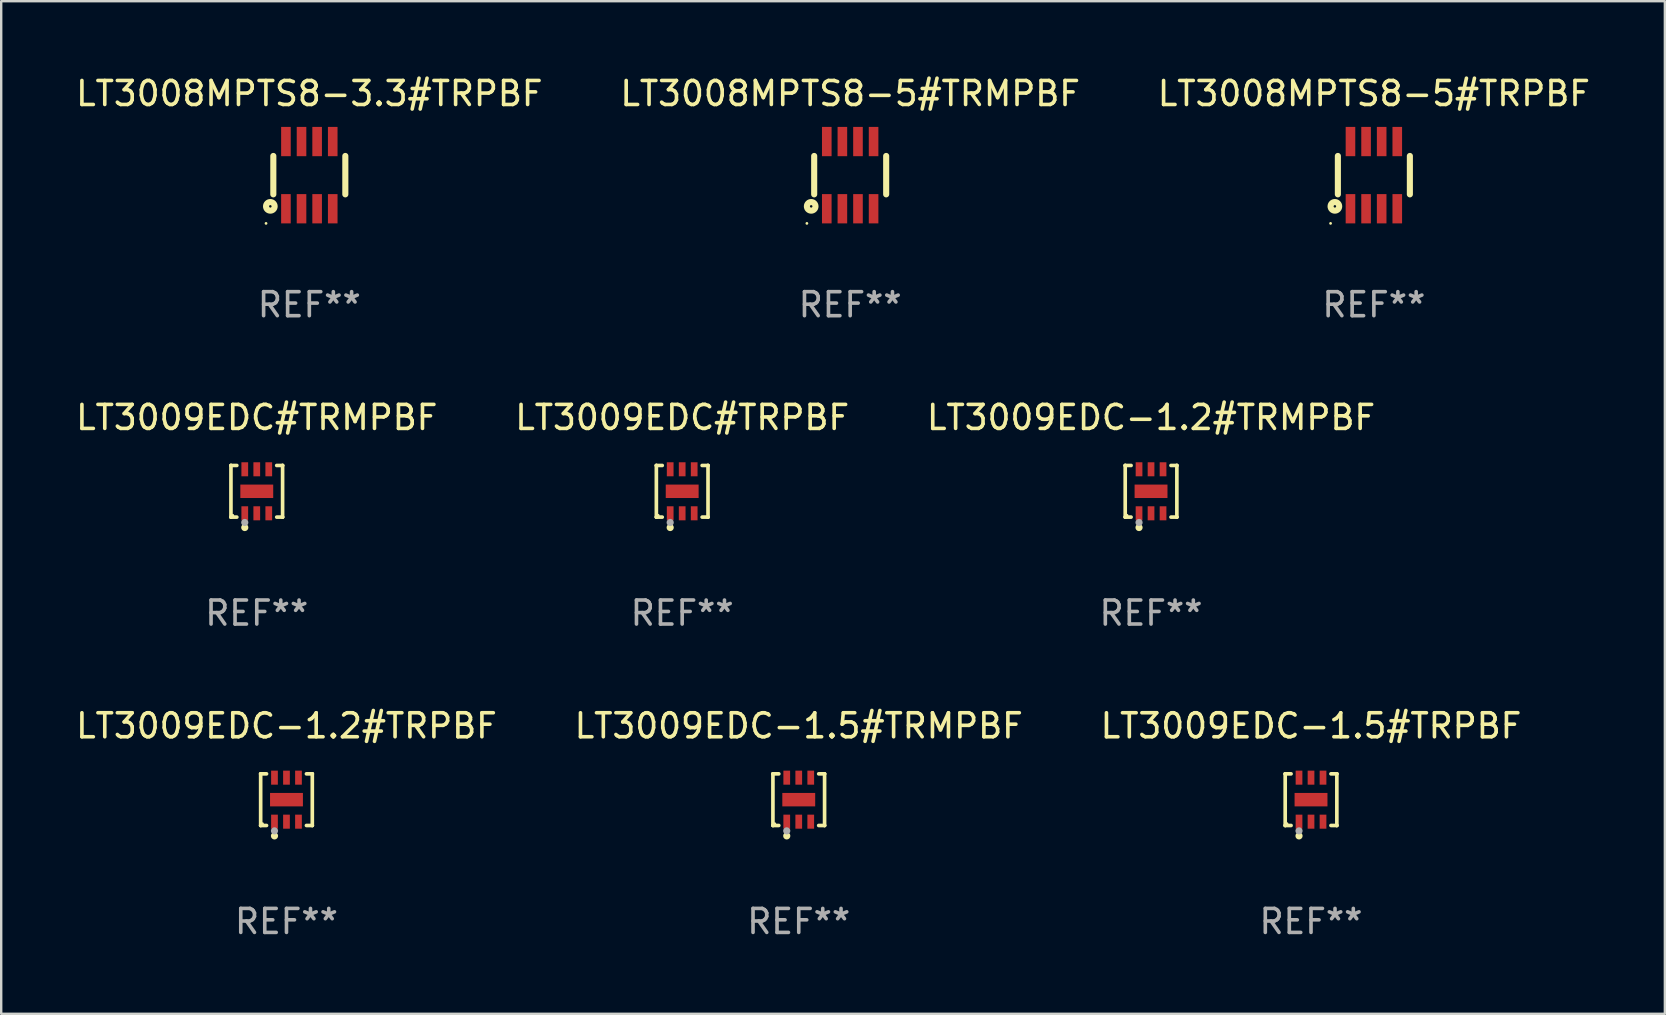
<source format=kicad_pcb>
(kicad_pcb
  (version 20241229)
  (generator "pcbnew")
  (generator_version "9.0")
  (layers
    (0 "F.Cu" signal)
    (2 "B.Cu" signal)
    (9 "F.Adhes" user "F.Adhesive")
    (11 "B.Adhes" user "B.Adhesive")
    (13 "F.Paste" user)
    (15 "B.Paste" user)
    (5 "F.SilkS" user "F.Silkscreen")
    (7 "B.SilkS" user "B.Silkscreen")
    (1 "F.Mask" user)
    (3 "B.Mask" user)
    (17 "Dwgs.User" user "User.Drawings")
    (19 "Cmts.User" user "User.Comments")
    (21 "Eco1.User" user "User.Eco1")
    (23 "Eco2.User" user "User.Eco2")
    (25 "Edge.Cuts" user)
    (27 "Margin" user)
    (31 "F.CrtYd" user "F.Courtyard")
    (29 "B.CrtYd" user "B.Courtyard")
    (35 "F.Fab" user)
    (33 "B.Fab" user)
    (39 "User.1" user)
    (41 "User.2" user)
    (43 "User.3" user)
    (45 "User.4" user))
  (footprint "LT3009EDC-1.2#TRMPBF"
    (layer "F.Cu")
    (at 44.911 17.421)
    (property "Reference" "LT3009EDC-1.2#TRMPBF" (at 0 -3.076 0) (layer "F.SilkS") (effects (font (size 1 1) (thickness 0.15))))
    (attr through_hole)
    (fp_line (start -1.076 -1.076) (end -1.076 -1.076) (stroke (width 0.152) (type solid)) (layer "F.SilkS"))
    (fp_line (start -1.076 -1.076) (end -0.831 -1.076) (stroke (width 0.152) (type solid)) (layer "F.SilkS"))
    (fp_line (start -1.076 1.076) (end -1.076 -1.076) (stroke (width 0.152) (type solid)) (layer "F.SilkS"))
    (fp_line (start -1.076 1.076) (end -1.076 1.076) (stroke (width 0.152) (type solid)) (layer "F.SilkS"))
    (fp_line (start -0.831 1.076) (end -1.076 1.076) (stroke (width 0.152) (type solid)) (layer "F.SilkS"))
    (fp_line (start 0.831 1.076) (end 1.076 1.076) (stroke (width 0.152) (type solid)) (layer "F.SilkS"))
    (fp_line (start 1.076 -1.076) (end 0.831 -1.076) (stroke (width 0.152) (type solid)) (layer "F.SilkS"))
    (fp_line (start 1.076 -1.076) (end 1.076 -1.076) (stroke (width 0.152) (type solid)) (layer "F.SilkS"))
    (fp_line (start 1.076 1.076) (end 1.076 -1.076) (stroke (width 0.152) (type solid)) (layer "F.SilkS"))
    (fp_line (start 1.076 1.076) (end 1.076 1.076) (stroke (width 0.152) (type solid)) (layer "F.SilkS"))
    (fp_circle (center -1 1) (end -0.97 1) (stroke (width 0.06) (type solid)) (fill no) (layer "F.SilkS"))
    (fp_circle (center -0.5 1.51) (end -0.425 1.51) (stroke (width 0.15) (type solid)) (fill no) (layer "F.SilkS"))
    (fp_circle (center -0.5 1.3) (end -0.425 1.3) (stroke (width 0.15) (type solid)) (fill no) (layer "F.Fab"))
    (fp_text user "REF**" (at 0 5.076 0) (layer "F.Fab") (effects (font (size 1 1) (thickness 0.15))))
    (pad "1" smd rect (at -0.5 0.917) (size 0.28 0.585) (layers "F.Cu" "F.Mask" "F.Paste"))
    (pad "2" smd rect (at 0 0.917) (size 0.28 0.585) (layers "F.Cu" "F.Mask" "F.Paste"))
    (pad "3" smd rect (at 0.5 0.917) (size 0.28 0.585) (layers "F.Cu" "F.Mask" "F.Paste"))
    (pad "4" smd rect (at 0.5 -0.917) (size 0.28 0.585) (layers "F.Cu" "F.Mask" "F.Paste"))
    (pad "5" smd rect (at 0 -0.917) (size 0.28 0.585) (layers "F.Cu" "F.Mask" "F.Paste"))
    (pad "6" smd rect (at -0.5 -0.917) (size 0.28 0.585) (layers "F.Cu" "F.Mask" "F.Paste"))
    (pad "7" smd rect (at 0 0) (size 1.37 0.56) (layers "F.Cu" "F.Mask" "F.Paste")))
  (footprint "LT3008MPTS8-5#TRPBF"
    (layer "F.Cu")
    (at 54.196 4.248)
    (property "Reference" "LT3008MPTS8-5#TRPBF" (at 0 -3.4 0) (layer "F.SilkS") (effects (font (size 1 1) (thickness 0.15))))
    (attr through_hole)
    (fp_line (start -1.5 0.8) (end -1.5 -0.8) (stroke (width 0.254) (type solid)) (layer "F.SilkS"))
    (fp_line (start 1.5 -0.8) (end 1.5 0.8) (stroke (width 0.254) (type solid)) (layer "F.SilkS"))
    (fp_circle (center -1.804 2.01) (end -1.774 2.01) (stroke (width 0.06) (type solid)) (fill no) (layer "F.SilkS"))
    (fp_circle (center -1.625 1.3) (end -1.573 1.3) (stroke (width 0.254) (type solid)) (fill no) (layer "F.SilkS"))
    (fp_text user "REF**" (at 0 5.4 0) (layer "F.Fab") (effects (font (size 1 1) (thickness 0.15))))
    (pad "1" smd rect (at -0.975 1.4 180) (size 0.4 1.22) (layers "F.Cu" "F.Mask" "F.Paste"))
    (pad "2" smd rect (at -0.325 1.4 180) (size 0.4 1.22) (layers "F.Cu" "F.Mask" "F.Paste"))
    (pad "3" smd rect (at 0.325 1.4 180) (size 0.4 1.22) (layers "F.Cu" "F.Mask" "F.Paste"))
    (pad "4" smd rect (at 0.975 1.4 180) (size 0.4 1.22) (layers "F.Cu" "F.Mask" "F.Paste"))
    (pad "5" smd rect (at 0.975 -1.4 180) (size 0.4 1.22) (layers "F.Cu" "F.Mask" "F.Paste"))
    (pad "6" smd rect (at 0.325 -1.4 180) (size 0.4 1.22) (layers "F.Cu" "F.Mask" "F.Paste"))
    (pad "7" smd rect (at -0.325 -1.4 180) (size 0.4 1.22) (layers "F.Cu" "F.Mask" "F.Paste"))
    (pad "8" smd rect (at -0.975 -1.4 180) (size 0.4 1.22) (layers "F.Cu" "F.Mask" "F.Paste")))
  (footprint "LT3009EDC#TRMPBF"
    (layer "F.Cu")
    (at 7.649 17.421)
    (property "Reference" "LT3009EDC#TRMPBF" (at 0 -3.076 0) (layer "F.SilkS") (effects (font (size 1 1) (thickness 0.15))))
    (attr through_hole)
    (fp_line (start -1.076 -1.076) (end -1.076 -1.076) (stroke (width 0.152) (type solid)) (layer "F.SilkS"))
    (fp_line (start -1.076 -1.076) (end -0.831 -1.076) (stroke (width 0.152) (type solid)) (layer "F.SilkS"))
    (fp_line (start -1.076 1.076) (end -1.076 -1.076) (stroke (width 0.152) (type solid)) (layer "F.SilkS"))
    (fp_line (start -1.076 1.076) (end -1.076 1.076) (stroke (width 0.152) (type solid)) (layer "F.SilkS"))
    (fp_line (start -0.831 1.076) (end -1.076 1.076) (stroke (width 0.152) (type solid)) (layer "F.SilkS"))
    (fp_line (start 0.831 1.076) (end 1.076 1.076) (stroke (width 0.152) (type solid)) (layer "F.SilkS"))
    (fp_line (start 1.076 -1.076) (end 0.831 -1.076) (stroke (width 0.152) (type solid)) (layer "F.SilkS"))
    (fp_line (start 1.076 -1.076) (end 1.076 -1.076) (stroke (width 0.152) (type solid)) (layer "F.SilkS"))
    (fp_line (start 1.076 1.076) (end 1.076 -1.076) (stroke (width 0.152) (type solid)) (layer "F.SilkS"))
    (fp_line (start 1.076 1.076) (end 1.076 1.076) (stroke (width 0.152) (type solid)) (layer "F.SilkS"))
    (fp_circle (center -1 1) (end -0.97 1) (stroke (width 0.06) (type solid)) (fill no) (layer "F.SilkS"))
    (fp_circle (center -0.5 1.51) (end -0.425 1.51) (stroke (width 0.15) (type solid)) (fill no) (layer "F.SilkS"))
    (fp_circle (center -0.5 1.3) (end -0.425 1.3) (stroke (width 0.15) (type solid)) (fill no) (layer "F.Fab"))
    (fp_text user "REF**" (at 0 5.076 0) (layer "F.Fab") (effects (font (size 1 1) (thickness 0.15))))
    (pad "1" smd rect (at -0.5 0.917) (size 0.28 0.585) (layers "F.Cu" "F.Mask" "F.Paste"))
    (pad "2" smd rect (at 0 0.917) (size 0.28 0.585) (layers "F.Cu" "F.Mask" "F.Paste"))
    (pad "3" smd rect (at 0.5 0.917) (size 0.28 0.585) (layers "F.Cu" "F.Mask" "F.Paste"))
    (pad "4" smd rect (at 0.5 -0.917) (size 0.28 0.585) (layers "F.Cu" "F.Mask" "F.Paste"))
    (pad "5" smd rect (at 0 -0.917) (size 0.28 0.585) (layers "F.Cu" "F.Mask" "F.Paste"))
    (pad "6" smd rect (at -0.5 -0.917) (size 0.28 0.585) (layers "F.Cu" "F.Mask" "F.Paste"))
    (pad "7" smd rect (at 0 0) (size 1.37 0.56) (layers "F.Cu" "F.Mask" "F.Paste")))
  (footprint "LT3009EDC-1.5#TRMPBF"
    (layer "F.Cu")
    (at 30.232 30.27)
    (property "Reference" "LT3009EDC-1.5#TRMPBF" (at 0 -3.076 0) (layer "F.SilkS") (effects (font (size 1 1) (thickness 0.15))))
    (attr through_hole)
    (fp_line (start -1.076 -1.076) (end -1.076 -1.076) (stroke (width 0.152) (type solid)) (layer "F.SilkS"))
    (fp_line (start -1.076 -1.076) (end -0.831 -1.076) (stroke (width 0.152) (type solid)) (layer "F.SilkS"))
    (fp_line (start -1.076 1.076) (end -1.076 -1.076) (stroke (width 0.152) (type solid)) (layer "F.SilkS"))
    (fp_line (start -1.076 1.076) (end -1.076 1.076) (stroke (width 0.152) (type solid)) (layer "F.SilkS"))
    (fp_line (start -0.831 1.076) (end -1.076 1.076) (stroke (width 0.152) (type solid)) (layer "F.SilkS"))
    (fp_line (start 0.831 1.076) (end 1.076 1.076) (stroke (width 0.152) (type solid)) (layer "F.SilkS"))
    (fp_line (start 1.076 -1.076) (end 0.831 -1.076) (stroke (width 0.152) (type solid)) (layer "F.SilkS"))
    (fp_line (start 1.076 -1.076) (end 1.076 -1.076) (stroke (width 0.152) (type solid)) (layer "F.SilkS"))
    (fp_line (start 1.076 1.076) (end 1.076 -1.076) (stroke (width 0.152) (type solid)) (layer "F.SilkS"))
    (fp_line (start 1.076 1.076) (end 1.076 1.076) (stroke (width 0.152) (type solid)) (layer "F.SilkS"))
    (fp_circle (center -1 1) (end -0.97 1) (stroke (width 0.06) (type solid)) (fill no) (layer "F.SilkS"))
    (fp_circle (center -0.5 1.51) (end -0.425 1.51) (stroke (width 0.15) (type solid)) (fill no) (layer "F.SilkS"))
    (fp_circle (center -0.5 1.3) (end -0.425 1.3) (stroke (width 0.15) (type solid)) (fill no) (layer "F.Fab"))
    (fp_text user "REF**" (at 0 5.076 0) (layer "F.Fab") (effects (font (size 1 1) (thickness 0.15))))
    (pad "1" smd rect (at -0.5 0.917) (size 0.28 0.585) (layers "F.Cu" "F.Mask" "F.Paste"))
    (pad "2" smd rect (at 0 0.917) (size 0.28 0.585) (layers "F.Cu" "F.Mask" "F.Paste"))
    (pad "3" smd rect (at 0.5 0.917) (size 0.28 0.585) (layers "F.Cu" "F.Mask" "F.Paste"))
    (pad "4" smd rect (at 0.5 -0.917) (size 0.28 0.585) (layers "F.Cu" "F.Mask" "F.Paste"))
    (pad "5" smd rect (at 0 -0.917) (size 0.28 0.585) (layers "F.Cu" "F.Mask" "F.Paste"))
    (pad "6" smd rect (at -0.5 -0.917) (size 0.28 0.585) (layers "F.Cu" "F.Mask" "F.Paste"))
    (pad "7" smd rect (at 0 0) (size 1.37 0.56) (layers "F.Cu" "F.Mask" "F.Paste")))
  (footprint "LT3009EDC-1.5#TRPBF"
    (layer "F.Cu")
    (at 51.577 30.27)
    (property "Reference" "LT3009EDC-1.5#TRPBF" (at 0 -3.076 0) (layer "F.SilkS") (effects (font (size 1 1) (thickness 0.15))))
    (attr through_hole)
    (fp_line (start -1.076 -1.076) (end -1.076 -1.076) (stroke (width 0.152) (type solid)) (layer "F.SilkS"))
    (fp_line (start -1.076 -1.076) (end -0.831 -1.076) (stroke (width 0.152) (type solid)) (layer "F.SilkS"))
    (fp_line (start -1.076 1.076) (end -1.076 -1.076) (stroke (width 0.152) (type solid)) (layer "F.SilkS"))
    (fp_line (start -1.076 1.076) (end -1.076 1.076) (stroke (width 0.152) (type solid)) (layer "F.SilkS"))
    (fp_line (start -0.831 1.076) (end -1.076 1.076) (stroke (width 0.152) (type solid)) (layer "F.SilkS"))
    (fp_line (start 0.831 1.076) (end 1.076 1.076) (stroke (width 0.152) (type solid)) (layer "F.SilkS"))
    (fp_line (start 1.076 -1.076) (end 0.831 -1.076) (stroke (width 0.152) (type solid)) (layer "F.SilkS"))
    (fp_line (start 1.076 -1.076) (end 1.076 -1.076) (stroke (width 0.152) (type solid)) (layer "F.SilkS"))
    (fp_line (start 1.076 1.076) (end 1.076 -1.076) (stroke (width 0.152) (type solid)) (layer "F.SilkS"))
    (fp_line (start 1.076 1.076) (end 1.076 1.076) (stroke (width 0.152) (type solid)) (layer "F.SilkS"))
    (fp_circle (center -1 1) (end -0.97 1) (stroke (width 0.06) (type solid)) (fill no) (layer "F.SilkS"))
    (fp_circle (center -0.5 1.51) (end -0.425 1.51) (stroke (width 0.15) (type solid)) (fill no) (layer "F.SilkS"))
    (fp_circle (center -0.5 1.3) (end -0.425 1.3) (stroke (width 0.15) (type solid)) (fill no) (layer "F.Fab"))
    (fp_text user "REF**" (at 0 5.076 0) (layer "F.Fab") (effects (font (size 1 1) (thickness 0.15))))
    (pad "1" smd rect (at -0.5 0.917) (size 0.28 0.585) (layers "F.Cu" "F.Mask" "F.Paste"))
    (pad "2" smd rect (at 0 0.917) (size 0.28 0.585) (layers "F.Cu" "F.Mask" "F.Paste"))
    (pad "3" smd rect (at 0.5 0.917) (size 0.28 0.585) (layers "F.Cu" "F.Mask" "F.Paste"))
    (pad "4" smd rect (at 0.5 -0.917) (size 0.28 0.585) (layers "F.Cu" "F.Mask" "F.Paste"))
    (pad "5" smd rect (at 0 -0.917) (size 0.28 0.585) (layers "F.Cu" "F.Mask" "F.Paste"))
    (pad "6" smd rect (at -0.5 -0.917) (size 0.28 0.585) (layers "F.Cu" "F.Mask" "F.Paste"))
    (pad "7" smd rect (at 0 0) (size 1.37 0.56) (layers "F.Cu" "F.Mask" "F.Paste")))
  (footprint "LT3008MPTS8-5#TRMPBF"
    (layer "F.Cu")
    (at 32.375 4.248)
    (property "Reference" "LT3008MPTS8-5#TRMPBF" (at 0 -3.4 0) (layer "F.SilkS") (effects (font (size 1 1) (thickness 0.15))))
    (attr through_hole)
    (fp_line (start -1.5 0.8) (end -1.5 -0.8) (stroke (width 0.254) (type solid)) (layer "F.SilkS"))
    (fp_line (start 1.5 -0.8) (end 1.5 0.8) (stroke (width 0.254) (type solid)) (layer "F.SilkS"))
    (fp_circle (center -1.804 2.01) (end -1.774 2.01) (stroke (width 0.06) (type solid)) (fill no) (layer "F.SilkS"))
    (fp_circle (center -1.625 1.3) (end -1.573 1.3) (stroke (width 0.254) (type solid)) (fill no) (layer "F.SilkS"))
    (fp_text user "REF**" (at 0 5.4 0) (layer "F.Fab") (effects (font (size 1 1) (thickness 0.15))))
    (pad "1" smd rect (at -0.975 1.4 180) (size 0.4 1.22) (layers "F.Cu" "F.Mask" "F.Paste"))
    (pad "2" smd rect (at -0.325 1.4 180) (size 0.4 1.22) (layers "F.Cu" "F.Mask" "F.Paste"))
    (pad "3" smd rect (at 0.325 1.4 180) (size 0.4 1.22) (layers "F.Cu" "F.Mask" "F.Paste"))
    (pad "4" smd rect (at 0.975 1.4 180) (size 0.4 1.22) (layers "F.Cu" "F.Mask" "F.Paste"))
    (pad "5" smd rect (at 0.975 -1.4 180) (size 0.4 1.22) (layers "F.Cu" "F.Mask" "F.Paste"))
    (pad "6" smd rect (at 0.325 -1.4 180) (size 0.4 1.22) (layers "F.Cu" "F.Mask" "F.Paste"))
    (pad "7" smd rect (at -0.325 -1.4 180) (size 0.4 1.22) (layers "F.Cu" "F.Mask" "F.Paste"))
    (pad "8" smd rect (at -0.975 -1.4 180) (size 0.4 1.22) (layers "F.Cu" "F.Mask" "F.Paste")))
  (footprint "LT3008MPTS8-3.3#TRPBF"
    (layer "F.Cu")
    (at 9.839 4.248)
    (property "Reference" "LT3008MPTS8-3.3#TRPBF" (at 0 -3.4 0) (layer "F.SilkS") (effects (font (size 1 1) (thickness 0.15))))
    (attr through_hole)
    (fp_line (start -1.5 0.8) (end -1.5 -0.8) (stroke (width 0.254) (type solid)) (layer "F.SilkS"))
    (fp_line (start 1.5 -0.8) (end 1.5 0.8) (stroke (width 0.254) (type solid)) (layer "F.SilkS"))
    (fp_circle (center -1.804 2.01) (end -1.774 2.01) (stroke (width 0.06) (type solid)) (fill no) (layer "F.SilkS"))
    (fp_circle (center -1.625 1.3) (end -1.573 1.3) (stroke (width 0.254) (type solid)) (fill no) (layer "F.SilkS"))
    (fp_text user "REF**" (at 0 5.4 0) (layer "F.Fab") (effects (font (size 1 1) (thickness 0.15))))
    (pad "1" smd rect (at -0.975 1.4 180) (size 0.4 1.22) (layers "F.Cu" "F.Mask" "F.Paste"))
    (pad "2" smd rect (at -0.325 1.4 180) (size 0.4 1.22) (layers "F.Cu" "F.Mask" "F.Paste"))
    (pad "3" smd rect (at 0.325 1.4 180) (size 0.4 1.22) (layers "F.Cu" "F.Mask" "F.Paste"))
    (pad "4" smd rect (at 0.975 1.4 180) (size 0.4 1.22) (layers "F.Cu" "F.Mask" "F.Paste"))
    (pad "5" smd rect (at 0.975 -1.4 180) (size 0.4 1.22) (layers "F.Cu" "F.Mask" "F.Paste"))
    (pad "6" smd rect (at 0.325 -1.4 180) (size 0.4 1.22) (layers "F.Cu" "F.Mask" "F.Paste"))
    (pad "7" smd rect (at -0.325 -1.4 180) (size 0.4 1.22) (layers "F.Cu" "F.Mask" "F.Paste"))
    (pad "8" smd rect (at -0.975 -1.4 180) (size 0.4 1.22) (layers "F.Cu" "F.Mask" "F.Paste")))
  (footprint "LT3009EDC#TRPBF"
    (layer "F.Cu")
    (at 25.375 17.421)
    (property "Reference" "LT3009EDC#TRPBF" (at 0 -3.076 0) (layer "F.SilkS") (effects (font (size 1 1) (thickness 0.15))))
    (attr through_hole)
    (fp_line (start -1.076 -1.076) (end -1.076 -1.076) (stroke (width 0.152) (type solid)) (layer "F.SilkS"))
    (fp_line (start -1.076 -1.076) (end -0.831 -1.076) (stroke (width 0.152) (type solid)) (layer "F.SilkS"))
    (fp_line (start -1.076 1.076) (end -1.076 -1.076) (stroke (width 0.152) (type solid)) (layer "F.SilkS"))
    (fp_line (start -1.076 1.076) (end -1.076 1.076) (stroke (width 0.152) (type solid)) (layer "F.SilkS"))
    (fp_line (start -0.831 1.076) (end -1.076 1.076) (stroke (width 0.152) (type solid)) (layer "F.SilkS"))
    (fp_line (start 0.831 1.076) (end 1.076 1.076) (stroke (width 0.152) (type solid)) (layer "F.SilkS"))
    (fp_line (start 1.076 -1.076) (end 0.831 -1.076) (stroke (width 0.152) (type solid)) (layer "F.SilkS"))
    (fp_line (start 1.076 -1.076) (end 1.076 -1.076) (stroke (width 0.152) (type solid)) (layer "F.SilkS"))
    (fp_line (start 1.076 1.076) (end 1.076 -1.076) (stroke (width 0.152) (type solid)) (layer "F.SilkS"))
    (fp_line (start 1.076 1.076) (end 1.076 1.076) (stroke (width 0.152) (type solid)) (layer "F.SilkS"))
    (fp_circle (center -1 1) (end -0.97 1) (stroke (width 0.06) (type solid)) (fill no) (layer "F.SilkS"))
    (fp_circle (center -0.5 1.51) (end -0.425 1.51) (stroke (width 0.15) (type solid)) (fill no) (layer "F.SilkS"))
    (fp_circle (center -0.5 1.3) (end -0.425 1.3) (stroke (width 0.15) (type solid)) (fill no) (layer "F.Fab"))
    (fp_text user "REF**" (at 0 5.076 0) (layer "F.Fab") (effects (font (size 1 1) (thickness 0.15))))
    (pad "1" smd rect (at -0.5 0.917) (size 0.28 0.585) (layers "F.Cu" "F.Mask" "F.Paste"))
    (pad "2" smd rect (at 0 0.917) (size 0.28 0.585) (layers "F.Cu" "F.Mask" "F.Paste"))
    (pad "3" smd rect (at 0.5 0.917) (size 0.28 0.585) (layers "F.Cu" "F.Mask" "F.Paste"))
    (pad "4" smd rect (at 0.5 -0.917) (size 0.28 0.585) (layers "F.Cu" "F.Mask" "F.Paste"))
    (pad "5" smd rect (at 0 -0.917) (size 0.28 0.585) (layers "F.Cu" "F.Mask" "F.Paste"))
    (pad "6" smd rect (at -0.5 -0.917) (size 0.28 0.585) (layers "F.Cu" "F.Mask" "F.Paste"))
    (pad "7" smd rect (at 0 0) (size 1.37 0.56) (layers "F.Cu" "F.Mask" "F.Paste")))
  (footprint "LT3009EDC-1.2#TRPBF"
    (layer "F.Cu")
    (at 8.887 30.27)
    (property "Reference" "LT3009EDC-1.2#TRPBF" (at 0 -3.076 0) (layer "F.SilkS") (effects (font (size 1 1) (thickness 0.15))))
    (attr through_hole)
    (fp_line (start -1.076 -1.076) (end -1.076 -1.076) (stroke (width 0.152) (type solid)) (layer "F.SilkS"))
    (fp_line (start -1.076 -1.076) (end -0.831 -1.076) (stroke (width 0.152) (type solid)) (layer "F.SilkS"))
    (fp_line (start -1.076 1.076) (end -1.076 -1.076) (stroke (width 0.152) (type solid)) (layer "F.SilkS"))
    (fp_line (start -1.076 1.076) (end -1.076 1.076) (stroke (width 0.152) (type solid)) (layer "F.SilkS"))
    (fp_line (start -0.831 1.076) (end -1.076 1.076) (stroke (width 0.152) (type solid)) (layer "F.SilkS"))
    (fp_line (start 0.831 1.076) (end 1.076 1.076) (stroke (width 0.152) (type solid)) (layer "F.SilkS"))
    (fp_line (start 1.076 -1.076) (end 0.831 -1.076) (stroke (width 0.152) (type solid)) (layer "F.SilkS"))
    (fp_line (start 1.076 -1.076) (end 1.076 -1.076) (stroke (width 0.152) (type solid)) (layer "F.SilkS"))
    (fp_line (start 1.076 1.076) (end 1.076 -1.076) (stroke (width 0.152) (type solid)) (layer "F.SilkS"))
    (fp_line (start 1.076 1.076) (end 1.076 1.076) (stroke (width 0.152) (type solid)) (layer "F.SilkS"))
    (fp_circle (center -1 1) (end -0.97 1) (stroke (width 0.06) (type solid)) (fill no) (layer "F.SilkS"))
    (fp_circle (center -0.5 1.51) (end -0.425 1.51) (stroke (width 0.15) (type solid)) (fill no) (layer "F.SilkS"))
    (fp_circle (center -0.5 1.3) (end -0.425 1.3) (stroke (width 0.15) (type solid)) (fill no) (layer "F.Fab"))
    (fp_text user "REF**" (at 0 5.076 0) (layer "F.Fab") (effects (font (size 1 1) (thickness 0.15))))
    (pad "1" smd rect (at -0.5 0.917) (size 0.28 0.585) (layers "F.Cu" "F.Mask" "F.Paste"))
    (pad "2" smd rect (at 0 0.917) (size 0.28 0.585) (layers "F.Cu" "F.Mask" "F.Paste"))
    (pad "3" smd rect (at 0.5 0.917) (size 0.28 0.585) (layers "F.Cu" "F.Mask" "F.Paste"))
    (pad "4" smd rect (at 0.5 -0.917) (size 0.28 0.585) (layers "F.Cu" "F.Mask" "F.Paste"))
    (pad "5" smd rect (at 0 -0.917) (size 0.28 0.585) (layers "F.Cu" "F.Mask" "F.Paste"))
    (pad "6" smd rect (at -0.5 -0.917) (size 0.28 0.585) (layers "F.Cu" "F.Mask" "F.Paste"))
    (pad "7" smd rect (at 0 0) (size 1.37 0.56) (layers "F.Cu" "F.Mask" "F.Paste")))
  (gr_rect
    (start -3 -3)
    (end 66.321 39.194)
    (stroke (width 0.1) (type default))
    (fill no)
    (layer "Edge.Cuts")))
</source>
